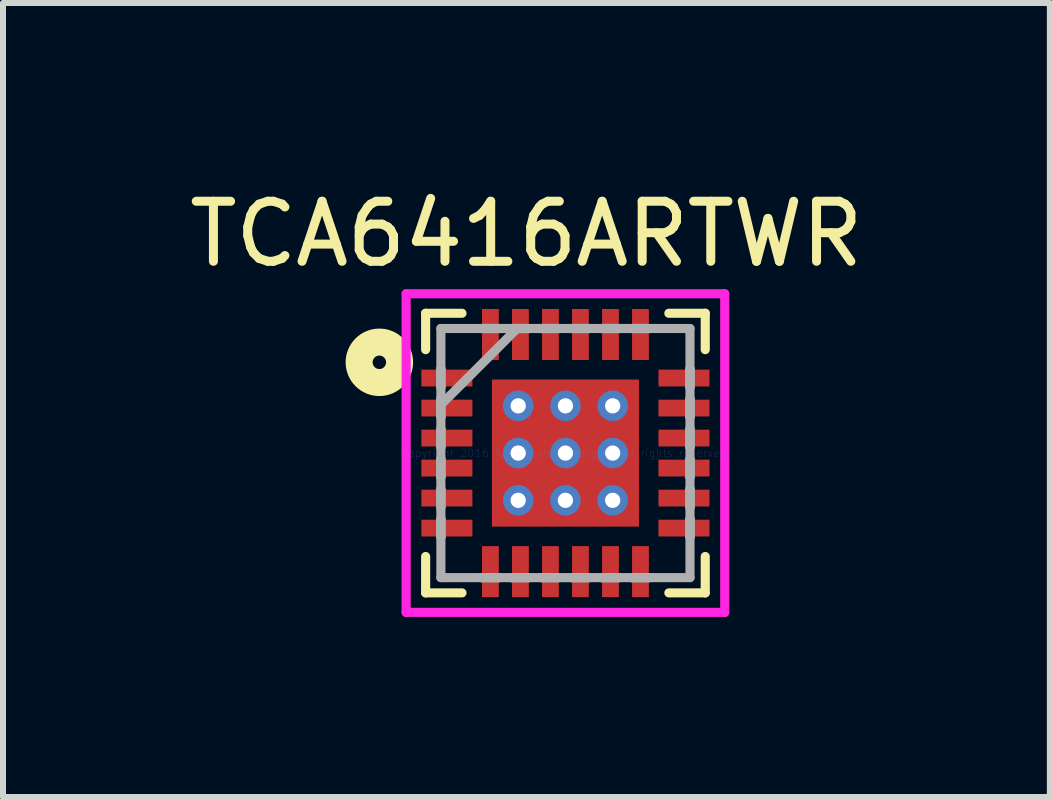
<source format=kicad_pcb>
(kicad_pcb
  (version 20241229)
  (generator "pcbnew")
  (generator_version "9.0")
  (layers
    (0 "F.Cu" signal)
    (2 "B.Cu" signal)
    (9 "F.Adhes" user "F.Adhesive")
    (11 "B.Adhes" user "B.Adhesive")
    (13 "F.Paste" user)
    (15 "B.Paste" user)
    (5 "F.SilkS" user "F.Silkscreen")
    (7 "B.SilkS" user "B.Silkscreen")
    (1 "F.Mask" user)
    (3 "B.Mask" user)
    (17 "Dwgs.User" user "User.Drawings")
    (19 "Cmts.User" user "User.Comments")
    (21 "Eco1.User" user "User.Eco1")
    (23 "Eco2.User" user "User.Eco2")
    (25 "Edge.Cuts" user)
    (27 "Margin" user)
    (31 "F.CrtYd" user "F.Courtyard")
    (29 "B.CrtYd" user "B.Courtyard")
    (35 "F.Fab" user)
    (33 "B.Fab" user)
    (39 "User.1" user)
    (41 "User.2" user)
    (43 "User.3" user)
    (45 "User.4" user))
  (footprint "TCA6416ARTWR"
    (layer "F.Cu")
    (at 6.37 4.498)
    (property "Reference" "TCA6416ARTWR" (at -0.65 -3.65 0) (layer "F.SilkS") (effects (font (size 1 1) (thickness 0.15))))
    (attr through_hole)
    (fp_line (start -2.47 -1.46) (end -2.47 -1.04) (stroke (width 0.152) (type solid)) (layer "F.Mask"))
    (fp_line (start -2.47 -1.04) (end -1.48 -1.04) (stroke (width 0.152) (type solid)) (layer "F.Mask"))
    (fp_line (start -2.47 -0.96) (end -2.47 -0.54) (stroke (width 0.152) (type solid)) (layer "F.Mask"))
    (fp_line (start -2.47 -0.54) (end -1.48 -0.54) (stroke (width 0.152) (type solid)) (layer "F.Mask"))
    (fp_line (start -2.47 -0.46) (end -2.47 -0.04) (stroke (width 0.152) (type solid)) (layer "F.Mask"))
    (fp_line (start -2.47 -0.04) (end -1.48 -0.04) (stroke (width 0.152) (type solid)) (layer "F.Mask"))
    (fp_line (start -2.47 0.04) (end -2.47 0.46) (stroke (width 0.152) (type solid)) (layer "F.Mask"))
    (fp_line (start -2.47 0.46) (end -1.48 0.46) (stroke (width 0.152) (type solid)) (layer "F.Mask"))
    (fp_line (start -2.47 0.54) (end -2.47 0.96) (stroke (width 0.152) (type solid)) (layer "F.Mask"))
    (fp_line (start -2.47 0.96) (end -1.48 0.96) (stroke (width 0.152) (type solid)) (layer "F.Mask"))
    (fp_line (start -2.47 1.04) (end -2.47 1.46) (stroke (width 0.152) (type solid)) (layer "F.Mask"))
    (fp_line (start -2.47 1.46) (end -1.48 1.46) (stroke (width 0.152) (type solid)) (layer "F.Mask"))
    (fp_line (start -1.48 -1.46) (end -2.47 -1.46) (stroke (width 0.152) (type solid)) (layer "F.Mask"))
    (fp_line (start -1.48 -1.04) (end -1.48 -1.46) (stroke (width 0.152) (type solid)) (layer "F.Mask"))
    (fp_line (start -1.48 -0.96) (end -2.47 -0.96) (stroke (width 0.152) (type solid)) (layer "F.Mask"))
    (fp_line (start -1.48 -0.54) (end -1.48 -0.96) (stroke (width 0.152) (type solid)) (layer "F.Mask"))
    (fp_line (start -1.48 -0.46) (end -2.47 -0.46) (stroke (width 0.152) (type solid)) (layer "F.Mask"))
    (fp_line (start -1.48 -0.04) (end -1.48 -0.46) (stroke (width 0.152) (type solid)) (layer "F.Mask"))
    (fp_line (start -1.48 0.04) (end -2.47 0.04) (stroke (width 0.152) (type solid)) (layer "F.Mask"))
    (fp_line (start -1.48 0.46) (end -1.48 0.04) (stroke (width 0.152) (type solid)) (layer "F.Mask"))
    (fp_line (start -1.48 0.54) (end -2.47 0.54) (stroke (width 0.152) (type solid)) (layer "F.Mask"))
    (fp_line (start -1.48 0.96) (end -1.48 0.54) (stroke (width 0.152) (type solid)) (layer "F.Mask"))
    (fp_line (start -1.48 1.04) (end -2.47 1.04) (stroke (width 0.152) (type solid)) (layer "F.Mask"))
    (fp_line (start -1.48 1.46) (end -1.48 1.04) (stroke (width 0.152) (type solid)) (layer "F.Mask"))
    (fp_line (start -1.46 -2.47) (end -1.46 -1.48) (stroke (width 0.152) (type solid)) (layer "F.Mask"))
    (fp_line (start -1.46 -1.48) (end -1.04 -1.48) (stroke (width 0.152) (type solid)) (layer "F.Mask"))
    (fp_line (start -1.46 1.48) (end -1.46 2.47) (stroke (width 0.152) (type solid)) (layer "F.Mask"))
    (fp_line (start -1.46 2.47) (end -1.04 2.47) (stroke (width 0.152) (type solid)) (layer "F.Mask"))
    (fp_line (start -1.288 -1.288) (end -0.987 -1.288) (stroke (width 0.152) (type solid)) (layer "F.Mask"))
    (fp_line (start -1.288 -1.288) (end 1.288 -1.288) (stroke (width 0.152) (type solid)) (layer "F.Mask"))
    (fp_line (start -1.288 -0.987) (end -1.288 -1.288) (stroke (width 0.152) (type solid)) (layer "F.Mask"))
    (fp_line (start -1.288 -0.587) (end 1.288 -0.587) (stroke (width 0.152) (type solid)) (layer "F.Mask"))
    (fp_line (start -1.288 -0.2) (end -1.288 -0.587) (stroke (width 0.152) (type solid)) (layer "F.Mask"))
    (fp_line (start -1.288 0.2) (end 1.288 0.2) (stroke (width 0.152) (type solid)) (layer "F.Mask"))
    (fp_line (start -1.288 0.587) (end -1.288 0.2) (stroke (width 0.152) (type solid)) (layer "F.Mask"))
    (fp_line (start -1.288 0.987) (end 1.288 0.987) (stroke (width 0.152) (type solid)) (layer "F.Mask"))
    (fp_line (start -1.288 1.288) (end -1.288 -1.288) (stroke (width 0.152) (type solid)) (layer "F.Mask"))
    (fp_line (start -1.288 1.288) (end -1.288 0.987) (stroke (width 0.152) (type solid)) (layer "F.Mask"))
    (fp_line (start -1.04 -2.47) (end -1.46 -2.47) (stroke (width 0.152) (type solid)) (layer "F.Mask"))
    (fp_line (start -1.04 -1.48) (end -1.04 -2.47) (stroke (width 0.152) (type solid)) (layer "F.Mask"))
    (fp_line (start -1.04 1.48) (end -1.46 1.48) (stroke (width 0.152) (type solid)) (layer "F.Mask"))
    (fp_line (start -1.04 2.47) (end -1.04 1.48) (stroke (width 0.152) (type solid)) (layer "F.Mask"))
    (fp_line (start -0.987 -1.288) (end -0.987 1.288) (stroke (width 0.152) (type solid)) (layer "F.Mask"))
    (fp_line (start -0.987 1.288) (end -1.288 1.288) (stroke (width 0.152) (type solid)) (layer "F.Mask"))
    (fp_line (start -0.96 -2.47) (end -0.96 -1.48) (stroke (width 0.152) (type solid)) (layer "F.Mask"))
    (fp_line (start -0.96 -1.48) (end -0.54 -1.48) (stroke (width 0.152) (type solid)) (layer "F.Mask"))
    (fp_line (start -0.96 1.48) (end -0.96 2.47) (stroke (width 0.152) (type solid)) (layer "F.Mask"))
    (fp_line (start -0.96 2.47) (end -0.54 2.47) (stroke (width 0.152) (type solid)) (layer "F.Mask"))
    (fp_line (start -0.587 -1.288) (end -0.587 1.288) (stroke (width 0.152) (type solid)) (layer "F.Mask"))
    (fp_line (start -0.587 1.288) (end -0.2 1.288) (stroke (width 0.152) (type solid)) (layer "F.Mask"))
    (fp_line (start -0.54 -2.47) (end -0.96 -2.47) (stroke (width 0.152) (type solid)) (layer "F.Mask"))
    (fp_line (start -0.54 -1.48) (end -0.54 -2.47) (stroke (width 0.152) (type solid)) (layer "F.Mask"))
    (fp_line (start -0.54 1.48) (end -0.96 1.48) (stroke (width 0.152) (type solid)) (layer "F.Mask"))
    (fp_line (start -0.54 2.47) (end -0.54 1.48) (stroke (width 0.152) (type solid)) (layer "F.Mask"))
    (fp_line (start -0.46 -2.47) (end -0.46 -1.48) (stroke (width 0.152) (type solid)) (layer "F.Mask"))
    (fp_line (start -0.46 -1.48) (end -0.04 -1.48) (stroke (width 0.152) (type solid)) (layer "F.Mask"))
    (fp_line (start -0.46 1.48) (end -0.46 2.47) (stroke (width 0.152) (type solid)) (layer "F.Mask"))
    (fp_line (start -0.46 2.47) (end -0.04 2.47) (stroke (width 0.152) (type solid)) (layer "F.Mask"))
    (fp_line (start -0.2 -1.288) (end -0.587 -1.288) (stroke (width 0.152) (type solid)) (layer "F.Mask"))
    (fp_line (start -0.2 1.288) (end -0.2 -1.288) (stroke (width 0.152) (type solid)) (layer "F.Mask"))
    (fp_line (start -0.04 -2.47) (end -0.46 -2.47) (stroke (width 0.152) (type solid)) (layer "F.Mask"))
    (fp_line (start -0.04 -1.48) (end -0.04 -2.47) (stroke (width 0.152) (type solid)) (layer "F.Mask"))
    (fp_line (start -0.04 1.48) (end -0.46 1.48) (stroke (width 0.152) (type solid)) (layer "F.Mask"))
    (fp_line (start -0.04 2.47) (end -0.04 1.48) (stroke (width 0.152) (type solid)) (layer "F.Mask"))
    (fp_line (start 0.04 -2.47) (end 0.04 -1.48) (stroke (width 0.152) (type solid)) (layer "F.Mask"))
    (fp_line (start 0.04 -1.48) (end 0.46 -1.48) (stroke (width 0.152) (type solid)) (layer "F.Mask"))
    (fp_line (start 0.04 1.48) (end 0.04 2.47) (stroke (width 0.152) (type solid)) (layer "F.Mask"))
    (fp_line (start 0.04 2.47) (end 0.46 2.47) (stroke (width 0.152) (type solid)) (layer "F.Mask"))
    (fp_line (start 0.2 -1.288) (end 0.2 1.288) (stroke (width 0.152) (type solid)) (layer "F.Mask"))
    (fp_line (start 0.2 1.288) (end 0.587 1.288) (stroke (width 0.152) (type solid)) (layer "F.Mask"))
    (fp_line (start 0.46 -2.47) (end 0.04 -2.47) (stroke (width 0.152) (type solid)) (layer "F.Mask"))
    (fp_line (start 0.46 -1.48) (end 0.46 -2.47) (stroke (width 0.152) (type solid)) (layer "F.Mask"))
    (fp_line (start 0.46 1.48) (end 0.04 1.48) (stroke (width 0.152) (type solid)) (layer "F.Mask"))
    (fp_line (start 0.46 2.47) (end 0.46 1.48) (stroke (width 0.152) (type solid)) (layer "F.Mask"))
    (fp_line (start 0.54 -2.47) (end 0.54 -1.48) (stroke (width 0.152) (type solid)) (layer "F.Mask"))
    (fp_line (start 0.54 -1.48) (end 0.96 -1.48) (stroke (width 0.152) (type solid)) (layer "F.Mask"))
    (fp_line (start 0.54 1.48) (end 0.54 2.47) (stroke (width 0.152) (type solid)) (layer "F.Mask"))
    (fp_line (start 0.54 2.47) (end 0.96 2.47) (stroke (width 0.152) (type solid)) (layer "F.Mask"))
    (fp_line (start 0.587 -1.288) (end 0.2 -1.288) (stroke (width 0.152) (type solid)) (layer "F.Mask"))
    (fp_line (start 0.587 1.288) (end 0.587 -1.288) (stroke (width 0.152) (type solid)) (layer "F.Mask"))
    (fp_line (start 0.96 -2.47) (end 0.54 -2.47) (stroke (width 0.152) (type solid)) (layer "F.Mask"))
    (fp_line (start 0.96 -1.48) (end 0.96 -2.47) (stroke (width 0.152) (type solid)) (layer "F.Mask"))
    (fp_line (start 0.96 1.48) (end 0.54 1.48) (stroke (width 0.152) (type solid)) (layer "F.Mask"))
    (fp_line (start 0.96 2.47) (end 0.96 1.48) (stroke (width 0.152) (type solid)) (layer "F.Mask"))
    (fp_line (start 0.987 -1.288) (end 1.288 -1.288) (stroke (width 0.152) (type solid)) (layer "F.Mask"))
    (fp_line (start 0.987 1.288) (end 0.987 -1.288) (stroke (width 0.152) (type solid)) (layer "F.Mask"))
    (fp_line (start 1.04 -2.47) (end 1.04 -1.48) (stroke (width 0.152) (type solid)) (layer "F.Mask"))
    (fp_line (start 1.04 -1.48) (end 1.46 -1.48) (stroke (width 0.152) (type solid)) (layer "F.Mask"))
    (fp_line (start 1.04 1.48) (end 1.04 2.47) (stroke (width 0.152) (type solid)) (layer "F.Mask"))
    (fp_line (start 1.04 2.47) (end 1.46 2.47) (stroke (width 0.152) (type solid)) (layer "F.Mask"))
    (fp_line (start 1.288 -1.288) (end 1.288 -0.987) (stroke (width 0.152) (type solid)) (layer "F.Mask"))
    (fp_line (start 1.288 -1.288) (end 1.288 1.288) (stroke (width 0.152) (type solid)) (layer "F.Mask"))
    (fp_line (start 1.288 -0.987) (end -1.288 -0.987) (stroke (width 0.152) (type solid)) (layer "F.Mask"))
    (fp_line (start 1.288 -0.587) (end 1.288 -0.2) (stroke (width 0.152) (type solid)) (layer "F.Mask"))
    (fp_line (start 1.288 -0.2) (end -1.288 -0.2) (stroke (width 0.152) (type solid)) (layer "F.Mask"))
    (fp_line (start 1.288 0.2) (end 1.288 0.587) (stroke (width 0.152) (type solid)) (layer "F.Mask"))
    (fp_line (start 1.288 0.587) (end -1.288 0.587) (stroke (width 0.152) (type solid)) (layer "F.Mask"))
    (fp_line (start 1.288 0.987) (end 1.288 1.288) (stroke (width 0.152) (type solid)) (layer "F.Mask"))
    (fp_line (start 1.288 1.288) (end -1.288 1.288) (stroke (width 0.152) (type solid)) (layer "F.Mask"))
    (fp_line (start 1.288 1.288) (end 0.987 1.288) (stroke (width 0.152) (type solid)) (layer "F.Mask"))
    (fp_line (start 1.46 -2.47) (end 1.04 -2.47) (stroke (width 0.152) (type solid)) (layer "F.Mask"))
    (fp_line (start 1.46 -1.48) (end 1.46 -2.47) (stroke (width 0.152) (type solid)) (layer "F.Mask"))
    (fp_line (start 1.46 1.48) (end 1.04 1.48) (stroke (width 0.152) (type solid)) (layer "F.Mask"))
    (fp_line (start 1.46 2.47) (end 1.46 1.48) (stroke (width 0.152) (type solid)) (layer "F.Mask"))
    (fp_line (start 1.48 -1.46) (end 1.48 -1.04) (stroke (width 0.152) (type solid)) (layer "F.Mask"))
    (fp_line (start 1.48 -1.04) (end 2.47 -1.04) (stroke (width 0.152) (type solid)) (layer "F.Mask"))
    (fp_line (start 1.48 -0.96) (end 1.48 -0.54) (stroke (width 0.152) (type solid)) (layer "F.Mask"))
    (fp_line (start 1.48 -0.54) (end 2.47 -0.54) (stroke (width 0.152) (type solid)) (layer "F.Mask"))
    (fp_line (start 1.48 -0.46) (end 1.48 -0.04) (stroke (width 0.152) (type solid)) (layer "F.Mask"))
    (fp_line (start 1.48 -0.04) (end 2.47 -0.04) (stroke (width 0.152) (type solid)) (layer "F.Mask"))
    (fp_line (start 1.48 0.04) (end 1.48 0.46) (stroke (width 0.152) (type solid)) (layer "F.Mask"))
    (fp_line (start 1.48 0.46) (end 2.47 0.46) (stroke (width 0.152) (type solid)) (layer "F.Mask"))
    (fp_line (start 1.48 0.54) (end 1.48 0.96) (stroke (width 0.152) (type solid)) (layer "F.Mask"))
    (fp_line (start 1.48 0.96) (end 2.47 0.96) (stroke (width 0.152) (type solid)) (layer "F.Mask"))
    (fp_line (start 1.48 1.04) (end 1.48 1.46) (stroke (width 0.152) (type solid)) (layer "F.Mask"))
    (fp_line (start 1.48 1.46) (end 2.47 1.46) (stroke (width 0.152) (type solid)) (layer "F.Mask"))
    (fp_line (start 2.47 -1.46) (end 1.48 -1.46) (stroke (width 0.152) (type solid)) (layer "F.Mask"))
    (fp_line (start 2.47 -1.04) (end 2.47 -1.46) (stroke (width 0.152) (type solid)) (layer "F.Mask"))
    (fp_line (start 2.47 -0.96) (end 1.48 -0.96) (stroke (width 0.152) (type solid)) (layer "F.Mask"))
    (fp_line (start 2.47 -0.54) (end 2.47 -0.96) (stroke (width 0.152) (type solid)) (layer "F.Mask"))
    (fp_line (start 2.47 -0.46) (end 1.48 -0.46) (stroke (width 0.152) (type solid)) (layer "F.Mask"))
    (fp_line (start 2.47 -0.04) (end 2.47 -0.46) (stroke (width 0.152) (type solid)) (layer "F.Mask"))
    (fp_line (start 2.47 0.04) (end 1.48 0.04) (stroke (width 0.152) (type solid)) (layer "F.Mask"))
    (fp_line (start 2.47 0.46) (end 2.47 0.04) (stroke (width 0.152) (type solid)) (layer "F.Mask"))
    (fp_line (start 2.47 0.54) (end 1.48 0.54) (stroke (width 0.152) (type solid)) (layer "F.Mask"))
    (fp_line (start 2.47 0.96) (end 2.47 0.54) (stroke (width 0.152) (type solid)) (layer "F.Mask"))
    (fp_line (start 2.47 1.04) (end 1.48 1.04) (stroke (width 0.152) (type solid)) (layer "F.Mask"))
    (fp_line (start 2.47 1.46) (end 2.47 1.04) (stroke (width 0.152) (type solid)) (layer "F.Mask"))
    (fp_line (start -2.329 -2.329) (end -2.329 -1.723) (stroke (width 0.152) (type solid)) (layer "F.SilkS"))
    (fp_line (start -2.329 1.723) (end -2.329 2.329) (stroke (width 0.152) (type solid)) (layer "F.SilkS"))
    (fp_line (start -2.329 2.329) (end -1.723 2.329) (stroke (width 0.152) (type solid)) (layer "F.SilkS"))
    (fp_line (start -1.723 -2.329) (end -2.329 -2.329) (stroke (width 0.152) (type solid)) (layer "F.SilkS"))
    (fp_line (start 1.723 2.329) (end 2.329 2.329) (stroke (width 0.152) (type solid)) (layer "F.SilkS"))
    (fp_line (start 2.329 -2.329) (end 1.723 -2.329) (stroke (width 0.152) (type solid)) (layer "F.SilkS"))
    (fp_line (start 2.329 -1.723) (end 2.329 -2.329) (stroke (width 0.152) (type solid)) (layer "F.SilkS"))
    (fp_line (start 2.329 2.329) (end 2.329 1.723) (stroke (width 0.152) (type solid)) (layer "F.SilkS"))
    (fp_circle (center -3.1 -1.512) (end -2.988 -1.512) (stroke (width 0.45) (type solid)) (fill no) (layer "F.SilkS"))
    (fp_line (start -2.375 -1.365) (end -2.375 -1.135) (stroke (width 0.152) (type solid)) (layer "F.Paste"))
    (fp_line (start -2.375 -1.135) (end -1.575 -1.135) (stroke (width 0.152) (type solid)) (layer "F.Paste"))
    (fp_line (start -2.375 -0.865) (end -2.375 -0.635) (stroke (width 0.152) (type solid)) (layer "F.Paste"))
    (fp_line (start -2.375 -0.635) (end -1.575 -0.635) (stroke (width 0.152) (type solid)) (layer "F.Paste"))
    (fp_line (start -2.375 -0.365) (end -2.375 -0.135) (stroke (width 0.152) (type solid)) (layer "F.Paste"))
    (fp_line (start -2.375 -0.135) (end -1.575 -0.135) (stroke (width 0.152) (type solid)) (layer "F.Paste"))
    (fp_line (start -2.375 0.135) (end -2.375 0.365) (stroke (width 0.152) (type solid)) (layer "F.Paste"))
    (fp_line (start -2.375 0.365) (end -1.575 0.365) (stroke (width 0.152) (type solid)) (layer "F.Paste"))
    (fp_line (start -2.375 0.635) (end -2.375 0.865) (stroke (width 0.152) (type solid)) (layer "F.Paste"))
    (fp_line (start -2.375 0.865) (end -1.575 0.865) (stroke (width 0.152) (type solid)) (layer "F.Paste"))
    (fp_line (start -2.375 1.135) (end -2.375 1.365) (stroke (width 0.152) (type solid)) (layer "F.Paste"))
    (fp_line (start -2.375 1.365) (end -1.575 1.365) (stroke (width 0.152) (type solid)) (layer "F.Paste"))
    (fp_line (start -1.575 -1.365) (end -2.375 -1.365) (stroke (width 0.152) (type solid)) (layer "F.Paste"))
    (fp_line (start -1.575 -1.135) (end -1.575 -1.365) (stroke (width 0.152) (type solid)) (layer "F.Paste"))
    (fp_line (start -1.575 -0.865) (end -2.375 -0.865) (stroke (width 0.152) (type solid)) (layer "F.Paste"))
    (fp_line (start -1.575 -0.635) (end -1.575 -0.865) (stroke (width 0.152) (type solid)) (layer "F.Paste"))
    (fp_line (start -1.575 -0.365) (end -2.375 -0.365) (stroke (width 0.152) (type solid)) (layer "F.Paste"))
    (fp_line (start -1.575 -0.135) (end -1.575 -0.365) (stroke (width 0.152) (type solid)) (layer "F.Paste"))
    (fp_line (start -1.575 0.135) (end -2.375 0.135) (stroke (width 0.152) (type solid)) (layer "F.Paste"))
    (fp_line (start -1.575 0.365) (end -1.575 0.135) (stroke (width 0.152) (type solid)) (layer "F.Paste"))
    (fp_line (start -1.575 0.635) (end -2.375 0.635) (stroke (width 0.152) (type solid)) (layer "F.Paste"))
    (fp_line (start -1.575 0.865) (end -1.575 0.635) (stroke (width 0.152) (type solid)) (layer "F.Paste"))
    (fp_line (start -1.575 1.135) (end -2.375 1.135) (stroke (width 0.152) (type solid)) (layer "F.Paste"))
    (fp_line (start -1.575 1.365) (end -1.575 1.135) (stroke (width 0.152) (type solid)) (layer "F.Paste"))
    (fp_line (start -1.365 -2.375) (end -1.365 -1.575) (stroke (width 0.152) (type solid)) (layer "F.Paste"))
    (fp_line (start -1.365 -1.575) (end -1.135 -1.575) (stroke (width 0.152) (type solid)) (layer "F.Paste"))
    (fp_line (start -1.365 1.575) (end -1.365 2.375) (stroke (width 0.152) (type solid)) (layer "F.Paste"))
    (fp_line (start -1.365 2.375) (end -1.135 2.375) (stroke (width 0.152) (type solid)) (layer "F.Paste"))
    (fp_line (start -1.15 -1.15) (end -1.15 -0.887) (stroke (width 0.152) (type solid)) (layer "F.Paste"))
    (fp_line (start -1.15 -0.887) (end -1.029 -0.887) (stroke (width 0.152) (type solid)) (layer "F.Paste"))
    (fp_line (start -1.15 -0.687) (end -1.15 -0.1) (stroke (width 0.152) (type solid)) (layer "F.Paste"))
    (fp_line (start -1.15 -0.1) (end -1.029 -0.1) (stroke (width 0.152) (type solid)) (layer "F.Paste"))
    (fp_line (start -1.15 0.1) (end -1.15 0.687) (stroke (width 0.152) (type solid)) (layer "F.Paste"))
    (fp_line (start -1.15 0.687) (end -1.029 0.687) (stroke (width 0.152) (type solid)) (layer "F.Paste"))
    (fp_line (start -1.15 0.887) (end -1.15 1.15) (stroke (width 0.152) (type solid)) (layer "F.Paste"))
    (fp_line (start -1.15 1.15) (end -0.887 1.15) (stroke (width 0.152) (type solid)) (layer "F.Paste"))
    (fp_line (start -1.135 -2.375) (end -1.365 -2.375) (stroke (width 0.152) (type solid)) (layer "F.Paste"))
    (fp_line (start -1.135 -1.575) (end -1.135 -2.375) (stroke (width 0.152) (type solid)) (layer "F.Paste"))
    (fp_line (start -1.135 1.575) (end -1.365 1.575) (stroke (width 0.152) (type solid)) (layer "F.Paste"))
    (fp_line (start -1.135 2.375) (end -1.135 1.575) (stroke (width 0.152) (type solid)) (layer "F.Paste"))
    (fp_line (start -1.029 -0.887) (end -1.029 -0.887) (stroke (width 0.152) (type solid)) (layer "F.Paste"))
    (fp_line (start -1.029 -0.887) (end -0.887 -1.029) (stroke (width 0.152) (type solid)) (layer "F.Paste"))
    (fp_line (start -1.029 -0.687) (end -1.15 -0.687) (stroke (width 0.152) (type solid)) (layer "F.Paste"))
    (fp_line (start -1.029 -0.687) (end -1.029 -0.687) (stroke (width 0.152) (type solid)) (layer "F.Paste"))
    (fp_line (start -1.029 -0.1) (end -1.029 -0.1) (stroke (width 0.152) (type solid)) (layer "F.Paste"))
    (fp_line (start -1.029 -0.1) (end -0.887 -0.241) (stroke (width 0.152) (type solid)) (layer "F.Paste"))
    (fp_line (start -1.029 0.1) (end -1.15 0.1) (stroke (width 0.152) (type solid)) (layer "F.Paste"))
    (fp_line (start -1.029 0.1) (end -1.029 0.1) (stroke (width 0.152) (type solid)) (layer "F.Paste"))
    (fp_line (start -1.029 0.687) (end -1.029 0.687) (stroke (width 0.152) (type solid)) (layer "F.Paste"))
    (fp_line (start -1.029 0.687) (end -0.887 0.546) (stroke (width 0.152) (type solid)) (layer "F.Paste"))
    (fp_line (start -1.029 0.887) (end -1.15 0.887) (stroke (width 0.152) (type solid)) (layer "F.Paste"))
    (fp_line (start -1.029 0.887) (end -1.029 0.887) (stroke (width 0.152) (type solid)) (layer "F.Paste"))
    (fp_line (start -0.887 -1.15) (end -1.15 -1.15) (stroke (width 0.152) (type solid)) (layer "F.Paste"))
    (fp_line (start -0.887 -1.029) (end -0.887 -1.15) (stroke (width 0.152) (type solid)) (layer "F.Paste"))
    (fp_line (start -0.887 -1.029) (end -0.887 -1.029) (stroke (width 0.152) (type solid)) (layer "F.Paste"))
    (fp_line (start -0.887 -0.546) (end -1.029 -0.687) (stroke (width 0.152) (type solid)) (layer "F.Paste"))
    (fp_line (start -0.887 -0.546) (end -0.887 -0.546) (stroke (width 0.152) (type solid)) (layer "F.Paste"))
    (fp_line (start -0.887 -0.241) (end -0.887 -0.546) (stroke (width 0.152) (type solid)) (layer "F.Paste"))
    (fp_line (start -0.887 -0.241) (end -0.887 -0.241) (stroke (width 0.152) (type solid)) (layer "F.Paste"))
    (fp_line (start -0.887 0.241) (end -1.029 0.1) (stroke (width 0.152) (type solid)) (layer "F.Paste"))
    (fp_line (start -0.887 0.241) (end -0.887 0.241) (stroke (width 0.152) (type solid)) (layer "F.Paste"))
    (fp_line (start -0.887 0.546) (end -0.887 0.241) (stroke (width 0.152) (type solid)) (layer "F.Paste"))
    (fp_line (start -0.887 0.546) (end -0.887 0.546) (stroke (width 0.152) (type solid)) (layer "F.Paste"))
    (fp_line (start -0.887 1.029) (end -1.029 0.887) (stroke (width 0.152) (type solid)) (layer "F.Paste"))
    (fp_line (start -0.887 1.029) (end -0.887 1.029) (stroke (width 0.152) (type solid)) (layer "F.Paste"))
    (fp_line (start -0.887 1.15) (end -0.887 1.029) (stroke (width 0.152) (type solid)) (layer "F.Paste"))
    (fp_line (start -0.865 -2.375) (end -0.865 -1.575) (stroke (width 0.152) (type solid)) (layer "F.Paste"))
    (fp_line (start -0.865 -1.575) (end -0.635 -1.575) (stroke (width 0.152) (type solid)) (layer "F.Paste"))
    (fp_line (start -0.865 1.575) (end -0.865 2.375) (stroke (width 0.152) (type solid)) (layer "F.Paste"))
    (fp_line (start -0.865 2.375) (end -0.635 2.375) (stroke (width 0.152) (type solid)) (layer "F.Paste"))
    (fp_line (start -0.687 -1.15) (end -0.687 -1.029) (stroke (width 0.152) (type solid)) (layer "F.Paste"))
    (fp_line (start -0.687 -1.029) (end -0.687 -1.029) (stroke (width 0.152) (type solid)) (layer "F.Paste"))
    (fp_line (start -0.687 -1.029) (end -0.546 -0.887) (stroke (width 0.152) (type solid)) (layer "F.Paste"))
    (fp_line (start -0.687 -0.546) (end -0.687 -0.546) (stroke (width 0.152) (type solid)) (layer "F.Paste"))
    (fp_line (start -0.687 -0.546) (end -0.687 -0.241) (stroke (width 0.152) (type solid)) (layer "F.Paste"))
    (fp_line (start -0.687 -0.241) (end -0.687 -0.241) (stroke (width 0.152) (type solid)) (layer "F.Paste"))
    (fp_line (start -0.687 -0.241) (end -0.546 -0.1) (stroke (width 0.152) (type solid)) (layer "F.Paste"))
    (fp_line (start -0.687 0.241) (end -0.687 0.241) (stroke (width 0.152) (type solid)) (layer "F.Paste"))
    (fp_line (start -0.687 0.241) (end -0.687 0.546) (stroke (width 0.152) (type solid)) (layer "F.Paste"))
    (fp_line (start -0.687 0.546) (end -0.687 0.546) (stroke (width 0.152) (type solid)) (layer "F.Paste"))
    (fp_line (start -0.687 0.546) (end -0.546 0.687) (stroke (width 0.152) (type solid)) (layer "F.Paste"))
    (fp_line (start -0.687 1.029) (end -0.687 1.029) (stroke (width 0.152) (type solid)) (layer "F.Paste"))
    (fp_line (start -0.687 1.029) (end -0.687 1.15) (stroke (width 0.152) (type solid)) (layer "F.Paste"))
    (fp_line (start -0.687 1.15) (end -0.1 1.15) (stroke (width 0.152) (type solid)) (layer "F.Paste"))
    (fp_line (start -0.635 -2.375) (end -0.865 -2.375) (stroke (width 0.152) (type solid)) (layer "F.Paste"))
    (fp_line (start -0.635 -1.575) (end -0.635 -2.375) (stroke (width 0.152) (type solid)) (layer "F.Paste"))
    (fp_line (start -0.635 1.575) (end -0.865 1.575) (stroke (width 0.152) (type solid)) (layer "F.Paste"))
    (fp_line (start -0.635 2.375) (end -0.635 1.575) (stroke (width 0.152) (type solid)) (layer "F.Paste"))
    (fp_line (start -0.546 -0.887) (end -0.546 -0.887) (stroke (width 0.152) (type solid)) (layer "F.Paste"))
    (fp_line (start -0.546 -0.887) (end -0.241 -0.887) (stroke (width 0.152) (type solid)) (layer "F.Paste"))
    (fp_line (start -0.546 -0.687) (end -0.687 -0.546) (stroke (width 0.152) (type solid)) (layer "F.Paste"))
    (fp_line (start -0.546 -0.687) (end -0.546 -0.687) (stroke (width 0.152) (type solid)) (layer "F.Paste"))
    (fp_line (start -0.546 -0.1) (end -0.546 -0.1) (stroke (width 0.152) (type solid)) (layer "F.Paste"))
    (fp_line (start -0.546 -0.1) (end -0.241 -0.1) (stroke (width 0.152) (type solid)) (layer "F.Paste"))
    (fp_line (start -0.546 0.1) (end -0.687 0.241) (stroke (width 0.152) (type solid)) (layer "F.Paste"))
    (fp_line (start -0.546 0.1) (end -0.546 0.1) (stroke (width 0.152) (type solid)) (layer "F.Paste"))
    (fp_line (start -0.546 0.687) (end -0.546 0.687) (stroke (width 0.152) (type solid)) (layer "F.Paste"))
    (fp_line (start -0.546 0.687) (end -0.241 0.687) (stroke (width 0.152) (type solid)) (layer "F.Paste"))
    (fp_line (start -0.546 0.887) (end -0.687 1.029) (stroke (width 0.152) (type solid)) (layer "F.Paste"))
    (fp_line (start -0.546 0.887) (end -0.546 0.887) (stroke (width 0.152) (type solid)) (layer "F.Paste"))
    (fp_line (start -0.365 -2.375) (end -0.365 -1.575) (stroke (width 0.152) (type solid)) (layer "F.Paste"))
    (fp_line (start -0.365 -1.575) (end -0.135 -1.575) (stroke (width 0.152) (type solid)) (layer "F.Paste"))
    (fp_line (start -0.365 1.575) (end -0.365 2.375) (stroke (width 0.152) (type solid)) (layer "F.Paste"))
    (fp_line (start -0.365 2.375) (end -0.135 2.375) (stroke (width 0.152) (type solid)) (layer "F.Paste"))
    (fp_line (start -0.241 -0.887) (end -0.241 -0.887) (stroke (width 0.152) (type solid)) (layer "F.Paste"))
    (fp_line (start -0.241 -0.887) (end -0.1 -1.029) (stroke (width 0.152) (type solid)) (layer "F.Paste"))
    (fp_line (start -0.241 -0.687) (end -0.546 -0.687) (stroke (width 0.152) (type solid)) (layer "F.Paste"))
    (fp_line (start -0.241 -0.687) (end -0.241 -0.687) (stroke (width 0.152) (type solid)) (layer "F.Paste"))
    (fp_line (start -0.241 -0.1) (end -0.241 -0.1) (stroke (width 0.152) (type solid)) (layer "F.Paste"))
    (fp_line (start -0.241 -0.1) (end -0.1 -0.241) (stroke (width 0.152) (type solid)) (layer "F.Paste"))
    (fp_line (start -0.241 0.1) (end -0.546 0.1) (stroke (width 0.152) (type solid)) (layer "F.Paste"))
    (fp_line (start -0.241 0.1) (end -0.241 0.1) (stroke (width 0.152) (type solid)) (layer "F.Paste"))
    (fp_line (start -0.241 0.687) (end -0.241 0.687) (stroke (width 0.152) (type solid)) (layer "F.Paste"))
    (fp_line (start -0.241 0.687) (end -0.1 0.546) (stroke (width 0.152) (type solid)) (layer "F.Paste"))
    (fp_line (start -0.241 0.887) (end -0.546 0.887) (stroke (width 0.152) (type solid)) (layer "F.Paste"))
    (fp_line (start -0.241 0.887) (end -0.241 0.887) (stroke (width 0.152) (type solid)) (layer "F.Paste"))
    (fp_line (start -0.135 -2.375) (end -0.365 -2.375) (stroke (width 0.152) (type solid)) (layer "F.Paste"))
    (fp_line (start -0.135 -1.575) (end -0.135 -2.375) (stroke (width 0.152) (type solid)) (layer "F.Paste"))
    (fp_line (start -0.135 1.575) (end -0.365 1.575) (stroke (width 0.152) (type solid)) (layer "F.Paste"))
    (fp_line (start -0.135 2.375) (end -0.135 1.575) (stroke (width 0.152) (type solid)) (layer "F.Paste"))
    (fp_line (start -0.1 -1.15) (end -0.687 -1.15) (stroke (width 0.152) (type solid)) (layer "F.Paste"))
    (fp_line (start -0.1 -1.029) (end -0.1 -1.15) (stroke (width 0.152) (type solid)) (layer "F.Paste"))
    (fp_line (start -0.1 -1.029) (end -0.1 -1.029) (stroke (width 0.152) (type solid)) (layer "F.Paste"))
    (fp_line (start -0.1 -0.546) (end -0.241 -0.687) (stroke (width 0.152) (type solid)) (layer "F.Paste"))
    (fp_line (start -0.1 -0.546) (end -0.1 -0.546) (stroke (width 0.152) (type solid)) (layer "F.Paste"))
    (fp_line (start -0.1 -0.241) (end -0.1 -0.546) (stroke (width 0.152) (type solid)) (layer "F.Paste"))
    (fp_line (start -0.1 -0.241) (end -0.1 -0.241) (stroke (width 0.152) (type solid)) (layer "F.Paste"))
    (fp_line (start -0.1 0.241) (end -0.241 0.1) (stroke (width 0.152) (type solid)) (layer "F.Paste"))
    (fp_line (start -0.1 0.241) (end -0.1 0.241) (stroke (width 0.152) (type solid)) (layer "F.Paste"))
    (fp_line (start -0.1 0.546) (end -0.1 0.241) (stroke (width 0.152) (type solid)) (layer "F.Paste"))
    (fp_line (start -0.1 0.546) (end -0.1 0.546) (stroke (width 0.152) (type solid)) (layer "F.Paste"))
    (fp_line (start -0.1 1.029) (end -0.241 0.887) (stroke (width 0.152) (type solid)) (layer "F.Paste"))
    (fp_line (start -0.1 1.029) (end -0.1 1.029) (stroke (width 0.152) (type solid)) (layer "F.Paste"))
    (fp_line (start -0.1 1.15) (end -0.1 1.029) (stroke (width 0.152) (type solid)) (layer "F.Paste"))
    (fp_line (start 0.1 -1.15) (end 0.1 -1.029) (stroke (width 0.152) (type solid)) (layer "F.Paste"))
    (fp_line (start 0.1 -1.029) (end 0.1 -1.029) (stroke (width 0.152) (type solid)) (layer "F.Paste"))
    (fp_line (start 0.1 -1.029) (end 0.241 -0.887) (stroke (width 0.152) (type solid)) (layer "F.Paste"))
    (fp_line (start 0.1 -0.546) (end 0.1 -0.546) (stroke (width 0.152) (type solid)) (layer "F.Paste"))
    (fp_line (start 0.1 -0.546) (end 0.1 -0.241) (stroke (width 0.152) (type solid)) (layer "F.Paste"))
    (fp_line (start 0.1 -0.241) (end 0.1 -0.241) (stroke (width 0.152) (type solid)) (layer "F.Paste"))
    (fp_line (start 0.1 -0.241) (end 0.241 -0.1) (stroke (width 0.152) (type solid)) (layer "F.Paste"))
    (fp_line (start 0.1 0.241) (end 0.1 0.241) (stroke (width 0.152) (type solid)) (layer "F.Paste"))
    (fp_line (start 0.1 0.241) (end 0.1 0.546) (stroke (width 0.152) (type solid)) (layer "F.Paste"))
    (fp_line (start 0.1 0.546) (end 0.1 0.546) (stroke (width 0.152) (type solid)) (layer "F.Paste"))
    (fp_line (start 0.1 0.546) (end 0.241 0.687) (stroke (width 0.152) (type solid)) (layer "F.Paste"))
    (fp_line (start 0.1 1.029) (end 0.1 1.029) (stroke (width 0.152) (type solid)) (layer "F.Paste"))
    (fp_line (start 0.1 1.029) (end 0.1 1.15) (stroke (width 0.152) (type solid)) (layer "F.Paste"))
    (fp_line (start 0.1 1.15) (end 0.687 1.15) (stroke (width 0.152) (type solid)) (layer "F.Paste"))
    (fp_line (start 0.135 -2.375) (end 0.135 -1.575) (stroke (width 0.152) (type solid)) (layer "F.Paste"))
    (fp_line (start 0.135 -1.575) (end 0.365 -1.575) (stroke (width 0.152) (type solid)) (layer "F.Paste"))
    (fp_line (start 0.135 1.575) (end 0.135 2.375) (stroke (width 0.152) (type solid)) (layer "F.Paste"))
    (fp_line (start 0.135 2.375) (end 0.365 2.375) (stroke (width 0.152) (type solid)) (layer "F.Paste"))
    (fp_line (start 0.241 -0.887) (end 0.241 -0.887) (stroke (width 0.152) (type solid)) (layer "F.Paste"))
    (fp_line (start 0.241 -0.887) (end 0.546 -0.887) (stroke (width 0.152) (type solid)) (layer "F.Paste"))
    (fp_line (start 0.241 -0.687) (end 0.1 -0.546) (stroke (width 0.152) (type solid)) (layer "F.Paste"))
    (fp_line (start 0.241 -0.687) (end 0.241 -0.687) (stroke (width 0.152) (type solid)) (layer "F.Paste"))
    (fp_line (start 0.241 -0.1) (end 0.241 -0.1) (stroke (width 0.152) (type solid)) (layer "F.Paste"))
    (fp_line (start 0.241 -0.1) (end 0.546 -0.1) (stroke (width 0.152) (type solid)) (layer "F.Paste"))
    (fp_line (start 0.241 0.1) (end 0.1 0.241) (stroke (width 0.152) (type solid)) (layer "F.Paste"))
    (fp_line (start 0.241 0.1) (end 0.241 0.1) (stroke (width 0.152) (type solid)) (layer "F.Paste"))
    (fp_line (start 0.241 0.687) (end 0.241 0.687) (stroke (width 0.152) (type solid)) (layer "F.Paste"))
    (fp_line (start 0.241 0.687) (end 0.546 0.687) (stroke (width 0.152) (type solid)) (layer "F.Paste"))
    (fp_line (start 0.241 0.887) (end 0.1 1.029) (stroke (width 0.152) (type solid)) (layer "F.Paste"))
    (fp_line (start 0.241 0.887) (end 0.241 0.887) (stroke (width 0.152) (type solid)) (layer "F.Paste"))
    (fp_line (start 0.365 -2.375) (end 0.135 -2.375) (stroke (width 0.152) (type solid)) (layer "F.Paste"))
    (fp_line (start 0.365 -1.575) (end 0.365 -2.375) (stroke (width 0.152) (type solid)) (layer "F.Paste"))
    (fp_line (start 0.365 1.575) (end 0.135 1.575) (stroke (width 0.152) (type solid)) (layer "F.Paste"))
    (fp_line (start 0.365 2.375) (end 0.365 1.575) (stroke (width 0.152) (type solid)) (layer "F.Paste"))
    (fp_line (start 0.546 -0.887) (end 0.546 -0.887) (stroke (width 0.152) (type solid)) (layer "F.Paste"))
    (fp_line (start 0.546 -0.887) (end 0.687 -1.029) (stroke (width 0.152) (type solid)) (layer "F.Paste"))
    (fp_line (start 0.546 -0.687) (end 0.241 -0.687) (stroke (width 0.152) (type solid)) (layer "F.Paste"))
    (fp_line (start 0.546 -0.687) (end 0.546 -0.687) (stroke (width 0.152) (type solid)) (layer "F.Paste"))
    (fp_line (start 0.546 -0.1) (end 0.546 -0.1) (stroke (width 0.152) (type solid)) (layer "F.Paste"))
    (fp_line (start 0.546 -0.1) (end 0.687 -0.241) (stroke (width 0.152) (type solid)) (layer "F.Paste"))
    (fp_line (start 0.546 0.1) (end 0.241 0.1) (stroke (width 0.152) (type solid)) (layer "F.Paste"))
    (fp_line (start 0.546 0.1) (end 0.546 0.1) (stroke (width 0.152) (type solid)) (layer "F.Paste"))
    (fp_line (start 0.546 0.687) (end 0.546 0.687) (stroke (width 0.152) (type solid)) (layer "F.Paste"))
    (fp_line (start 0.546 0.687) (end 0.687 0.546) (stroke (width 0.152) (type solid)) (layer "F.Paste"))
    (fp_line (start 0.546 0.887) (end 0.241 0.887) (stroke (width 0.152) (type solid)) (layer "F.Paste"))
    (fp_line (start 0.546 0.887) (end 0.546 0.887) (stroke (width 0.152) (type solid)) (layer "F.Paste"))
    (fp_line (start 0.635 -2.375) (end 0.635 -1.575) (stroke (width 0.152) (type solid)) (layer "F.Paste"))
    (fp_line (start 0.635 -1.575) (end 0.865 -1.575) (stroke (width 0.152) (type solid)) (layer "F.Paste"))
    (fp_line (start 0.635 1.575) (end 0.635 2.375) (stroke (width 0.152) (type solid)) (layer "F.Paste"))
    (fp_line (start 0.635 2.375) (end 0.865 2.375) (stroke (width 0.152) (type solid)) (layer "F.Paste"))
    (fp_line (start 0.687 -1.15) (end 0.1 -1.15) (stroke (width 0.152) (type solid)) (layer "F.Paste"))
    (fp_line (start 0.687 -1.029) (end 0.687 -1.15) (stroke (width 0.152) (type solid)) (layer "F.Paste"))
    (fp_line (start 0.687 -1.029) (end 0.687 -1.029) (stroke (width 0.152) (type solid)) (layer "F.Paste"))
    (fp_line (start 0.687 -0.546) (end 0.546 -0.687) (stroke (width 0.152) (type solid)) (layer "F.Paste"))
    (fp_line (start 0.687 -0.546) (end 0.687 -0.546) (stroke (width 0.152) (type solid)) (layer "F.Paste"))
    (fp_line (start 0.687 -0.241) (end 0.687 -0.546) (stroke (width 0.152) (type solid)) (layer "F.Paste"))
    (fp_line (start 0.687 -0.241) (end 0.687 -0.241) (stroke (width 0.152) (type solid)) (layer "F.Paste"))
    (fp_line (start 0.687 0.241) (end 0.546 0.1) (stroke (width 0.152) (type solid)) (layer "F.Paste"))
    (fp_line (start 0.687 0.241) (end 0.687 0.241) (stroke (width 0.152) (type solid)) (layer "F.Paste"))
    (fp_line (start 0.687 0.546) (end 0.687 0.241) (stroke (width 0.152) (type solid)) (layer "F.Paste"))
    (fp_line (start 0.687 0.546) (end 0.687 0.546) (stroke (width 0.152) (type solid)) (layer "F.Paste"))
    (fp_line (start 0.687 1.029) (end 0.546 0.887) (stroke (width 0.152) (type solid)) (layer "F.Paste"))
    (fp_line (start 0.687 1.029) (end 0.687 1.029) (stroke (width 0.152) (type solid)) (layer "F.Paste"))
    (fp_line (start 0.687 1.15) (end 0.687 1.029) (stroke (width 0.152) (type solid)) (layer "F.Paste"))
    (fp_line (start 0.865 -2.375) (end 0.635 -2.375) (stroke (width 0.152) (type solid)) (layer "F.Paste"))
    (fp_line (start 0.865 -1.575) (end 0.865 -2.375) (stroke (width 0.152) (type solid)) (layer "F.Paste"))
    (fp_line (start 0.865 1.575) (end 0.635 1.575) (stroke (width 0.152) (type solid)) (layer "F.Paste"))
    (fp_line (start 0.865 2.375) (end 0.865 1.575) (stroke (width 0.152) (type solid)) (layer "F.Paste"))
    (fp_line (start 0.887 -1.15) (end 0.887 -1.029) (stroke (width 0.152) (type solid)) (layer "F.Paste"))
    (fp_line (start 0.887 -1.029) (end 0.887 -1.029) (stroke (width 0.152) (type solid)) (layer "F.Paste"))
    (fp_line (start 0.887 -1.029) (end 1.029 -0.887) (stroke (width 0.152) (type solid)) (layer "F.Paste"))
    (fp_line (start 0.887 -0.546) (end 0.887 -0.546) (stroke (width 0.152) (type solid)) (layer "F.Paste"))
    (fp_line (start 0.887 -0.546) (end 0.887 -0.241) (stroke (width 0.152) (type solid)) (layer "F.Paste"))
    (fp_line (start 0.887 -0.241) (end 0.887 -0.241) (stroke (width 0.152) (type solid)) (layer "F.Paste"))
    (fp_line (start 0.887 -0.241) (end 1.029 -0.1) (stroke (width 0.152) (type solid)) (layer "F.Paste"))
    (fp_line (start 0.887 0.241) (end 0.887 0.241) (stroke (width 0.152) (type solid)) (layer "F.Paste"))
    (fp_line (start 0.887 0.241) (end 0.887 0.546) (stroke (width 0.152) (type solid)) (layer "F.Paste"))
    (fp_line (start 0.887 0.546) (end 0.887 0.546) (stroke (width 0.152) (type solid)) (layer "F.Paste"))
    (fp_line (start 0.887 0.546) (end 1.029 0.687) (stroke (width 0.152) (type solid)) (layer "F.Paste"))
    (fp_line (start 0.887 1.029) (end 0.887 1.029) (stroke (width 0.152) (type solid)) (layer "F.Paste"))
    (fp_line (start 0.887 1.029) (end 0.887 1.15) (stroke (width 0.152) (type solid)) (layer "F.Paste"))
    (fp_line (start 0.887 1.15) (end 1.15 1.15) (stroke (width 0.152) (type solid)) (layer "F.Paste"))
    (fp_line (start 1.029 -0.887) (end 1.029 -0.887) (stroke (width 0.152) (type solid)) (layer "F.Paste"))
    (fp_line (start 1.029 -0.887) (end 1.15 -0.887) (stroke (width 0.152) (type solid)) (layer "F.Paste"))
    (fp_line (start 1.029 -0.687) (end 0.887 -0.546) (stroke (width 0.152) (type solid)) (layer "F.Paste"))
    (fp_line (start 1.029 -0.687) (end 1.029 -0.687) (stroke (width 0.152) (type solid)) (layer "F.Paste"))
    (fp_line (start 1.029 -0.1) (end 1.029 -0.1) (stroke (width 0.152) (type solid)) (layer "F.Paste"))
    (fp_line (start 1.029 -0.1) (end 1.15 -0.1) (stroke (width 0.152) (type solid)) (layer "F.Paste"))
    (fp_line (start 1.029 0.1) (end 0.887 0.241) (stroke (width 0.152) (type solid)) (layer "F.Paste"))
    (fp_line (start 1.029 0.1) (end 1.029 0.1) (stroke (width 0.152) (type solid)) (layer "F.Paste"))
    (fp_line (start 1.029 0.687) (end 1.029 0.687) (stroke (width 0.152) (type solid)) (layer "F.Paste"))
    (fp_line (start 1.029 0.687) (end 1.15 0.687) (stroke (width 0.152) (type solid)) (layer "F.Paste"))
    (fp_line (start 1.029 0.887) (end 0.887 1.029) (stroke (width 0.152) (type solid)) (layer "F.Paste"))
    (fp_line (start 1.029 0.887) (end 1.029 0.887) (stroke (width 0.152) (type solid)) (layer "F.Paste"))
    (fp_line (start 1.135 -2.375) (end 1.135 -1.575) (stroke (width 0.152) (type solid)) (layer "F.Paste"))
    (fp_line (start 1.135 -1.575) (end 1.365 -1.575) (stroke (width 0.152) (type solid)) (layer "F.Paste"))
    (fp_line (start 1.135 1.575) (end 1.135 2.375) (stroke (width 0.152) (type solid)) (layer "F.Paste"))
    (fp_line (start 1.135 2.375) (end 1.365 2.375) (stroke (width 0.152) (type solid)) (layer "F.Paste"))
    (fp_line (start 1.15 -1.15) (end 0.887 -1.15) (stroke (width 0.152) (type solid)) (layer "F.Paste"))
    (fp_line (start 1.15 -0.887) (end 1.15 -1.15) (stroke (width 0.152) (type solid)) (layer "F.Paste"))
    (fp_line (start 1.15 -0.687) (end 1.029 -0.687) (stroke (width 0.152) (type solid)) (layer "F.Paste"))
    (fp_line (start 1.15 -0.1) (end 1.15 -0.687) (stroke (width 0.152) (type solid)) (layer "F.Paste"))
    (fp_line (start 1.15 0.1) (end 1.029 0.1) (stroke (width 0.152) (type solid)) (layer "F.Paste"))
    (fp_line (start 1.15 0.687) (end 1.15 0.1) (stroke (width 0.152) (type solid)) (layer "F.Paste"))
    (fp_line (start 1.15 0.887) (end 1.029 0.887) (stroke (width 0.152) (type solid)) (layer "F.Paste"))
    (fp_line (start 1.15 1.15) (end 1.15 0.887) (stroke (width 0.152) (type solid)) (layer "F.Paste"))
    (fp_line (start 1.365 -2.375) (end 1.135 -2.375) (stroke (width 0.152) (type solid)) (layer "F.Paste"))
    (fp_line (start 1.365 -1.575) (end 1.365 -2.375) (stroke (width 0.152) (type solid)) (layer "F.Paste"))
    (fp_line (start 1.365 1.575) (end 1.135 1.575) (stroke (width 0.152) (type solid)) (layer "F.Paste"))
    (fp_line (start 1.365 2.375) (end 1.365 1.575) (stroke (width 0.152) (type solid)) (layer "F.Paste"))
    (fp_line (start 1.575 -1.365) (end 1.575 -1.135) (stroke (width 0.152) (type solid)) (layer "F.Paste"))
    (fp_line (start 1.575 -1.135) (end 2.375 -1.135) (stroke (width 0.152) (type solid)) (layer "F.Paste"))
    (fp_line (start 1.575 -0.865) (end 1.575 -0.635) (stroke (width 0.152) (type solid)) (layer "F.Paste"))
    (fp_line (start 1.575 -0.635) (end 2.375 -0.635) (stroke (width 0.152) (type solid)) (layer "F.Paste"))
    (fp_line (start 1.575 -0.365) (end 1.575 -0.135) (stroke (width 0.152) (type solid)) (layer "F.Paste"))
    (fp_line (start 1.575 -0.135) (end 2.375 -0.135) (stroke (width 0.152) (type solid)) (layer "F.Paste"))
    (fp_line (start 1.575 0.135) (end 1.575 0.365) (stroke (width 0.152) (type solid)) (layer "F.Paste"))
    (fp_line (start 1.575 0.365) (end 2.375 0.365) (stroke (width 0.152) (type solid)) (layer "F.Paste"))
    (fp_line (start 1.575 0.635) (end 1.575 0.865) (stroke (width 0.152) (type solid)) (layer "F.Paste"))
    (fp_line (start 1.575 0.865) (end 2.375 0.865) (stroke (width 0.152) (type solid)) (layer "F.Paste"))
    (fp_line (start 1.575 1.135) (end 1.575 1.365) (stroke (width 0.152) (type solid)) (layer "F.Paste"))
    (fp_line (start 1.575 1.365) (end 2.375 1.365) (stroke (width 0.152) (type solid)) (layer "F.Paste"))
    (fp_line (start 2.375 -1.365) (end 1.575 -1.365) (stroke (width 0.152) (type solid)) (layer "F.Paste"))
    (fp_line (start 2.375 -1.135) (end 2.375 -1.365) (stroke (width 0.152) (type solid)) (layer "F.Paste"))
    (fp_line (start 2.375 -0.865) (end 1.575 -0.865) (stroke (width 0.152) (type solid)) (layer "F.Paste"))
    (fp_line (start 2.375 -0.635) (end 2.375 -0.865) (stroke (width 0.152) (type solid)) (layer "F.Paste"))
    (fp_line (start 2.375 -0.365) (end 1.575 -0.365) (stroke (width 0.152) (type solid)) (layer "F.Paste"))
    (fp_line (start 2.375 -0.135) (end 2.375 -0.365) (stroke (width 0.152) (type solid)) (layer "F.Paste"))
    (fp_line (start 2.375 0.135) (end 1.575 0.135) (stroke (width 0.152) (type solid)) (layer "F.Paste"))
    (fp_line (start 2.375 0.365) (end 2.375 0.135) (stroke (width 0.152) (type solid)) (layer "F.Paste"))
    (fp_line (start 2.375 0.635) (end 1.575 0.635) (stroke (width 0.152) (type solid)) (layer "F.Paste"))
    (fp_line (start 2.375 0.865) (end 2.375 0.635) (stroke (width 0.152) (type solid)) (layer "F.Paste"))
    (fp_line (start 2.375 1.135) (end 1.575 1.135) (stroke (width 0.152) (type solid)) (layer "F.Paste"))
    (fp_line (start 2.375 1.365) (end 2.375 1.135) (stroke (width 0.152) (type solid)) (layer "F.Paste"))
    (fp_line (start -2.654 -2.654) (end 2.654 -2.654) (stroke (width 0.152) (type solid)) (layer "F.CrtYd"))
    (fp_line (start -2.654 2.654) (end -2.654 -2.654) (stroke (width 0.152) (type solid)) (layer "F.CrtYd"))
    (fp_line (start 2.654 -2.654) (end 2.654 2.654) (stroke (width 0.152) (type solid)) (layer "F.CrtYd"))
    (fp_line (start 2.654 2.654) (end -2.654 2.654) (stroke (width 0.152) (type solid)) (layer "F.CrtYd"))
    (fp_line (start -2.075 -2.075) (end -2.075 2.075) (stroke (width 0.152) (type solid)) (layer "F.Fab"))
    (fp_line (start -2.075 -1.4) (end -2.075 -1.4) (stroke (width 0.152) (type solid)) (layer "F.Fab"))
    (fp_line (start -2.075 -1.4) (end -2.075 -1.1) (stroke (width 0.152) (type solid)) (layer "F.Fab"))
    (fp_line (start -2.075 -1.1) (end -2.075 -1.4) (stroke (width 0.152) (type solid)) (layer "F.Fab"))
    (fp_line (start -2.075 -1.1) (end -2.075 -1.1) (stroke (width 0.152) (type solid)) (layer "F.Fab"))
    (fp_line (start -2.075 -0.9) (end -2.075 -0.9) (stroke (width 0.152) (type solid)) (layer "F.Fab"))
    (fp_line (start -2.075 -0.9) (end -2.075 -0.6) (stroke (width 0.152) (type solid)) (layer "F.Fab"))
    (fp_line (start -2.075 -0.805) (end -0.805 -2.075) (stroke (width 0.152) (type solid)) (layer "F.Fab"))
    (fp_line (start -2.075 -0.6) (end -2.075 -0.9) (stroke (width 0.152) (type solid)) (layer "F.Fab"))
    (fp_line (start -2.075 -0.6) (end -2.075 -0.6) (stroke (width 0.152) (type solid)) (layer "F.Fab"))
    (fp_line (start -2.075 -0.4) (end -2.075 -0.4) (stroke (width 0.152) (type solid)) (layer "F.Fab"))
    (fp_line (start -2.075 -0.4) (end -2.075 -0.1) (stroke (width 0.152) (type solid)) (layer "F.Fab"))
    (fp_line (start -2.075 -0.1) (end -2.075 -0.4) (stroke (width 0.152) (type solid)) (layer "F.Fab"))
    (fp_line (start -2.075 -0.1) (end -2.075 -0.1) (stroke (width 0.152) (type solid)) (layer "F.Fab"))
    (fp_line (start -2.075 0.1) (end -2.075 0.1) (stroke (width 0.152) (type solid)) (layer "F.Fab"))
    (fp_line (start -2.075 0.1) (end -2.075 0.4) (stroke (width 0.152) (type solid)) (layer "F.Fab"))
    (fp_line (start -2.075 0.4) (end -2.075 0.1) (stroke (width 0.152) (type solid)) (layer "F.Fab"))
    (fp_line (start -2.075 0.4) (end -2.075 0.4) (stroke (width 0.152) (type solid)) (layer "F.Fab"))
    (fp_line (start -2.075 0.6) (end -2.075 0.6) (stroke (width 0.152) (type solid)) (layer "F.Fab"))
    (fp_line (start -2.075 0.6) (end -2.075 0.9) (stroke (width 0.152) (type solid)) (layer "F.Fab"))
    (fp_line (start -2.075 0.9) (end -2.075 0.6) (stroke (width 0.152) (type solid)) (layer "F.Fab"))
    (fp_line (start -2.075 0.9) (end -2.075 0.9) (stroke (width 0.152) (type solid)) (layer "F.Fab"))
    (fp_line (start -2.075 1.1) (end -2.075 1.1) (stroke (width 0.152) (type solid)) (layer "F.Fab"))
    (fp_line (start -2.075 1.1) (end -2.075 1.4) (stroke (width 0.152) (type solid)) (layer "F.Fab"))
    (fp_line (start -2.075 1.4) (end -2.075 1.1) (stroke (width 0.152) (type solid)) (layer "F.Fab"))
    (fp_line (start -2.075 1.4) (end -2.075 1.4) (stroke (width 0.152) (type solid)) (layer "F.Fab"))
    (fp_line (start -2.075 2.075) (end 2.075 2.075) (stroke (width 0.152) (type solid)) (layer "F.Fab"))
    (fp_line (start -1.4 -2.075) (end -1.4 -2.075) (stroke (width 0.152) (type solid)) (layer "F.Fab"))
    (fp_line (start -1.4 -2.075) (end -1.1 -2.075) (stroke (width 0.152) (type solid)) (layer "F.Fab"))
    (fp_line (start -1.4 2.075) (end -1.4 2.075) (stroke (width 0.152) (type solid)) (layer "F.Fab"))
    (fp_line (start -1.4 2.075) (end -1.1 2.075) (stroke (width 0.152) (type solid)) (layer "F.Fab"))
    (fp_line (start -1.1 -2.075) (end -1.4 -2.075) (stroke (width 0.152) (type solid)) (layer "F.Fab"))
    (fp_line (start -1.1 -2.075) (end -1.1 -2.075) (stroke (width 0.152) (type solid)) (layer "F.Fab"))
    (fp_line (start -1.1 2.075) (end -1.4 2.075) (stroke (width 0.152) (type solid)) (layer "F.Fab"))
    (fp_line (start -1.1 2.075) (end -1.1 2.075) (stroke (width 0.152) (type solid)) (layer "F.Fab"))
    (fp_line (start -0.9 -2.075) (end -0.9 -2.075) (stroke (width 0.152) (type solid)) (layer "F.Fab"))
    (fp_line (start -0.9 -2.075) (end -0.6 -2.075) (stroke (width 0.152) (type solid)) (layer "F.Fab"))
    (fp_line (start -0.9 2.075) (end -0.9 2.075) (stroke (width 0.152) (type solid)) (layer "F.Fab"))
    (fp_line (start -0.9 2.075) (end -0.6 2.075) (stroke (width 0.152) (type solid)) (layer "F.Fab"))
    (fp_line (start -0.6 -2.075) (end -0.9 -2.075) (stroke (width 0.152) (type solid)) (layer "F.Fab"))
    (fp_line (start -0.6 -2.075) (end -0.6 -2.075) (stroke (width 0.152) (type solid)) (layer "F.Fab"))
    (fp_line (start -0.6 2.075) (end -0.9 2.075) (stroke (width 0.152) (type solid)) (layer "F.Fab"))
    (fp_line (start -0.6 2.075) (end -0.6 2.075) (stroke (width 0.152) (type solid)) (layer "F.Fab"))
    (fp_line (start -0.4 -2.075) (end -0.4 -2.075) (stroke (width 0.152) (type solid)) (layer "F.Fab"))
    (fp_line (start -0.4 -2.075) (end -0.1 -2.075) (stroke (width 0.152) (type solid)) (layer "F.Fab"))
    (fp_line (start -0.4 2.075) (end -0.4 2.075) (stroke (width 0.152) (type solid)) (layer "F.Fab"))
    (fp_line (start -0.4 2.075) (end -0.1 2.075) (stroke (width 0.152) (type solid)) (layer "F.Fab"))
    (fp_line (start -0.1 -2.075) (end -0.4 -2.075) (stroke (width 0.152) (type solid)) (layer "F.Fab"))
    (fp_line (start -0.1 -2.075) (end -0.1 -2.075) (stroke (width 0.152) (type solid)) (layer "F.Fab"))
    (fp_line (start -0.1 2.075) (end -0.4 2.075) (stroke (width 0.152) (type solid)) (layer "F.Fab"))
    (fp_line (start -0.1 2.075) (end -0.1 2.075) (stroke (width 0.152) (type solid)) (layer "F.Fab"))
    (fp_line (start 0.1 -2.075) (end 0.1 -2.075) (stroke (width 0.152) (type solid)) (layer "F.Fab"))
    (fp_line (start 0.1 -2.075) (end 0.4 -2.075) (stroke (width 0.152) (type solid)) (layer "F.Fab"))
    (fp_line (start 0.1 2.075) (end 0.1 2.075) (stroke (width 0.152) (type solid)) (layer "F.Fab"))
    (fp_line (start 0.1 2.075) (end 0.4 2.075) (stroke (width 0.152) (type solid)) (layer "F.Fab"))
    (fp_line (start 0.4 -2.075) (end 0.1 -2.075) (stroke (width 0.152) (type solid)) (layer "F.Fab"))
    (fp_line (start 0.4 -2.075) (end 0.4 -2.075) (stroke (width 0.152) (type solid)) (layer "F.Fab"))
    (fp_line (start 0.4 2.075) (end 0.1 2.075) (stroke (width 0.152) (type solid)) (layer "F.Fab"))
    (fp_line (start 0.4 2.075) (end 0.4 2.075) (stroke (width 0.152) (type solid)) (layer "F.Fab"))
    (fp_line (start 0.6 -2.075) (end 0.6 -2.075) (stroke (width 0.152) (type solid)) (layer "F.Fab"))
    (fp_line (start 0.6 -2.075) (end 0.9 -2.075) (stroke (width 0.152) (type solid)) (layer "F.Fab"))
    (fp_line (start 0.6 2.075) (end 0.6 2.075) (stroke (width 0.152) (type solid)) (layer "F.Fab"))
    (fp_line (start 0.6 2.075) (end 0.9 2.075) (stroke (width 0.152) (type solid)) (layer "F.Fab"))
    (fp_line (start 0.9 -2.075) (end 0.6 -2.075) (stroke (width 0.152) (type solid)) (layer "F.Fab"))
    (fp_line (start 0.9 -2.075) (end 0.9 -2.075) (stroke (width 0.152) (type solid)) (layer "F.Fab"))
    (fp_line (start 0.9 2.075) (end 0.6 2.075) (stroke (width 0.152) (type solid)) (layer "F.Fab"))
    (fp_line (start 0.9 2.075) (end 0.9 2.075) (stroke (width 0.152) (type solid)) (layer "F.Fab"))
    (fp_line (start 1.1 -2.075) (end 1.1 -2.075) (stroke (width 0.152) (type solid)) (layer "F.Fab"))
    (fp_line (start 1.1 -2.075) (end 1.4 -2.075) (stroke (width 0.152) (type solid)) (layer "F.Fab"))
    (fp_line (start 1.1 2.075) (end 1.1 2.075) (stroke (width 0.152) (type solid)) (layer "F.Fab"))
    (fp_line (start 1.1 2.075) (end 1.4 2.075) (stroke (width 0.152) (type solid)) (layer "F.Fab"))
    (fp_line (start 1.4 -2.075) (end 1.1 -2.075) (stroke (width 0.152) (type solid)) (layer "F.Fab"))
    (fp_line (start 1.4 -2.075) (end 1.4 -2.075) (stroke (width 0.152) (type solid)) (layer "F.Fab"))
    (fp_line (start 1.4 2.075) (end 1.1 2.075) (stroke (width 0.152) (type solid)) (layer "F.Fab"))
    (fp_line (start 1.4 2.075) (end 1.4 2.075) (stroke (width 0.152) (type solid)) (layer "F.Fab"))
    (fp_line (start 2.075 -2.075) (end -2.075 -2.075) (stroke (width 0.152) (type solid)) (layer "F.Fab"))
    (fp_line (start 2.075 -1.4) (end 2.075 -1.4) (stroke (width 0.152) (type solid)) (layer "F.Fab"))
    (fp_line (start 2.075 -1.4) (end 2.075 -1.1) (stroke (width 0.152) (type solid)) (layer "F.Fab"))
    (fp_line (start 2.075 -1.1) (end 2.075 -1.4) (stroke (width 0.152) (type solid)) (layer "F.Fab"))
    (fp_line (start 2.075 -1.1) (end 2.075 -1.1) (stroke (width 0.152) (type solid)) (layer "F.Fab"))
    (fp_line (start 2.075 -0.9) (end 2.075 -0.9) (stroke (width 0.152) (type solid)) (layer "F.Fab"))
    (fp_line (start 2.075 -0.9) (end 2.075 -0.6) (stroke (width 0.152) (type solid)) (layer "F.Fab"))
    (fp_line (start 2.075 -0.6) (end 2.075 -0.9) (stroke (width 0.152) (type solid)) (layer "F.Fab"))
    (fp_line (start 2.075 -0.6) (end 2.075 -0.6) (stroke (width 0.152) (type solid)) (layer "F.Fab"))
    (fp_line (start 2.075 -0.4) (end 2.075 -0.4) (stroke (width 0.152) (type solid)) (layer "F.Fab"))
    (fp_line (start 2.075 -0.4) (end 2.075 -0.1) (stroke (width 0.152) (type solid)) (layer "F.Fab"))
    (fp_line (start 2.075 -0.1) (end 2.075 -0.4) (stroke (width 0.152) (type solid)) (layer "F.Fab"))
    (fp_line (start 2.075 -0.1) (end 2.075 -0.1) (stroke (width 0.152) (type solid)) (layer "F.Fab"))
    (fp_line (start 2.075 0.1) (end 2.075 0.1) (stroke (width 0.152) (type solid)) (layer "F.Fab"))
    (fp_line (start 2.075 0.1) (end 2.075 0.4) (stroke (width 0.152) (type solid)) (layer "F.Fab"))
    (fp_line (start 2.075 0.4) (end 2.075 0.1) (stroke (width 0.152) (type solid)) (layer "F.Fab"))
    (fp_line (start 2.075 0.4) (end 2.075 0.4) (stroke (width 0.152) (type solid)) (layer "F.Fab"))
    (fp_line (start 2.075 0.6) (end 2.075 0.6) (stroke (width 0.152) (type solid)) (layer "F.Fab"))
    (fp_line (start 2.075 0.6) (end 2.075 0.9) (stroke (width 0.152) (type solid)) (layer "F.Fab"))
    (fp_line (start 2.075 0.9) (end 2.075 0.6) (stroke (width 0.152) (type solid)) (layer "F.Fab"))
    (fp_line (start 2.075 0.9) (end 2.075 0.9) (stroke (width 0.152) (type solid)) (layer "F.Fab"))
    (fp_line (start 2.075 1.1) (end 2.075 1.1) (stroke (width 0.152) (type solid)) (layer "F.Fab"))
    (fp_line (start 2.075 1.1) (end 2.075 1.4) (stroke (width 0.152) (type solid)) (layer "F.Fab"))
    (fp_line (start 2.075 1.4) (end 2.075 1.1) (stroke (width 0.152) (type solid)) (layer "F.Fab"))
    (fp_line (start 2.075 1.4) (end 2.075 1.4) (stroke (width 0.152) (type solid)) (layer "F.Fab"))
    (fp_line (start 2.075 2.075) (end 2.075 -2.075) (stroke (width 0.152) (type solid)) (layer "F.Fab"))
    (fp_text user "Copyright 2016 Accelerated Designs. All rights reserved." (at 0 0 0) (layer "Cmts.User") (effects (font (size 0.127 0.127) (thickness 0.002))))
    (pad "1" smd rect (at -1.975 -1.25 90) (size 0.28 0.85) (layers "F.Cu" "F.Mask" "F.Paste"))
    (pad "2" smd rect (at -1.975 -0.75 90) (size 0.28 0.85) (layers "F.Cu" "F.Mask" "F.Paste"))
    (pad "3" smd rect (at -1.975 -0.25 90) (size 0.28 0.85) (layers "F.Cu" "F.Mask" "F.Paste"))
    (pad "4" smd rect (at -1.975 0.25 90) (size 0.28 0.85) (layers "F.Cu" "F.Mask" "F.Paste"))
    (pad "5" smd rect (at -1.975 0.75 90) (size 0.28 0.85) (layers "F.Cu" "F.Mask" "F.Paste"))
    (pad "6" smd rect (at -1.975 1.25 90) (size 0.28 0.85) (layers "F.Cu" "F.Mask" "F.Paste"))
    (pad "7" smd rect (at -1.25 1.975) (size 0.28 0.85) (layers "F.Cu" "F.Mask" "F.Paste"))
    (pad "8" smd rect (at -0.75 1.975) (size 0.28 0.85) (layers "F.Cu" "F.Mask" "F.Paste"))
    (pad "9" smd rect (at -0.25 1.975) (size 0.28 0.85) (layers "F.Cu" "F.Mask" "F.Paste"))
    (pad "10" smd rect (at 0.25 1.975) (size 0.28 0.85) (layers "F.Cu" "F.Mask" "F.Paste"))
    (pad "11" smd rect (at 0.75 1.975) (size 0.28 0.85) (layers "F.Cu" "F.Mask" "F.Paste"))
    (pad "12" smd rect (at 1.25 1.975) (size 0.28 0.85) (layers "F.Cu" "F.Mask" "F.Paste"))
    (pad "13" smd rect (at 1.975 1.25 90) (size 0.28 0.85) (layers "F.Cu" "F.Mask" "F.Paste"))
    (pad "14" smd rect (at 1.975 0.75 90) (size 0.28 0.85) (layers "F.Cu" "F.Mask" "F.Paste"))
    (pad "15" smd rect (at 1.975 0.25 90) (size 0.28 0.85) (layers "F.Cu" "F.Mask" "F.Paste"))
    (pad "16" smd rect (at 1.975 -0.25 90) (size 0.28 0.85) (layers "F.Cu" "F.Mask" "F.Paste"))
    (pad "17" smd rect (at 1.975 -0.75 90) (size 0.28 0.85) (layers "F.Cu" "F.Mask" "F.Paste"))
    (pad "18" smd rect (at 1.975 -1.25 90) (size 0.28 0.85) (layers "F.Cu" "F.Mask" "F.Paste"))
    (pad "19" smd rect (at 1.25 -1.975) (size 0.28 0.85) (layers "F.Cu" "F.Mask" "F.Paste"))
    (pad "20" smd rect (at 0.75 -1.975) (size 0.28 0.85) (layers "F.Cu" "F.Mask" "F.Paste"))
    (pad "21" smd rect (at 0.25 -1.975) (size 0.28 0.85) (layers "F.Cu" "F.Mask" "F.Paste"))
    (pad "22" smd rect (at -0.25 -1.975) (size 0.28 0.85) (layers "F.Cu" "F.Mask" "F.Paste"))
    (pad "23" smd rect (at -0.75 -1.975) (size 0.28 0.85) (layers "F.Cu" "F.Mask" "F.Paste"))
    (pad "24" smd rect (at -1.25 -1.975) (size 0.28 0.85) (layers "F.Cu" "F.Mask" "F.Paste"))
    (pad "25" smd rect (at 0 0) (size 2.45 2.45) (layers "F.Cu" "F.Mask" "F.Paste"))
    (pad "V" thru_hole circle (at -0.787 -0.787) (size 0.508 0.508) (drill 0.254) (layers "*.Cu" "*.Mask"))
    (pad "V" thru_hole circle (at -0.787 0) (size 0.508 0.508) (drill 0.254) (layers "*.Cu" "*.Mask"))
    (pad "V" thru_hole circle (at -0.787 0.787) (size 0.508 0.508) (drill 0.254) (layers "*.Cu" "*.Mask"))
    (pad "V" thru_hole circle (at 0 -0.787) (size 0.508 0.508) (drill 0.254) (layers "*.Cu" "*.Mask"))
    (pad "V" thru_hole circle (at 0 0) (size 0.508 0.508) (drill 0.254) (layers "*.Cu" "*.Mask"))
    (pad "V" thru_hole circle (at 0 0.787) (size 0.508 0.508) (drill 0.254) (layers "*.Cu" "*.Mask"))
    (pad "V" thru_hole circle (at 0.787 -0.787) (size 0.508 0.508) (drill 0.254) (layers "*.Cu" "*.Mask"))
    (pad "V" thru_hole circle (at 0.787 0) (size 0.508 0.508) (drill 0.254) (layers "*.Cu" "*.Mask"))
    (pad "V" thru_hole circle (at 0.787 0.787) (size 0.508 0.508) (drill 0.254) (layers "*.Cu" "*.Mask")))
  (gr_rect
    (start -3 -3)
    (end 14.44 10.228)
    (stroke (width 0.1) (type default))
    (fill no)
    (layer "Edge.Cuts")))
</source>
